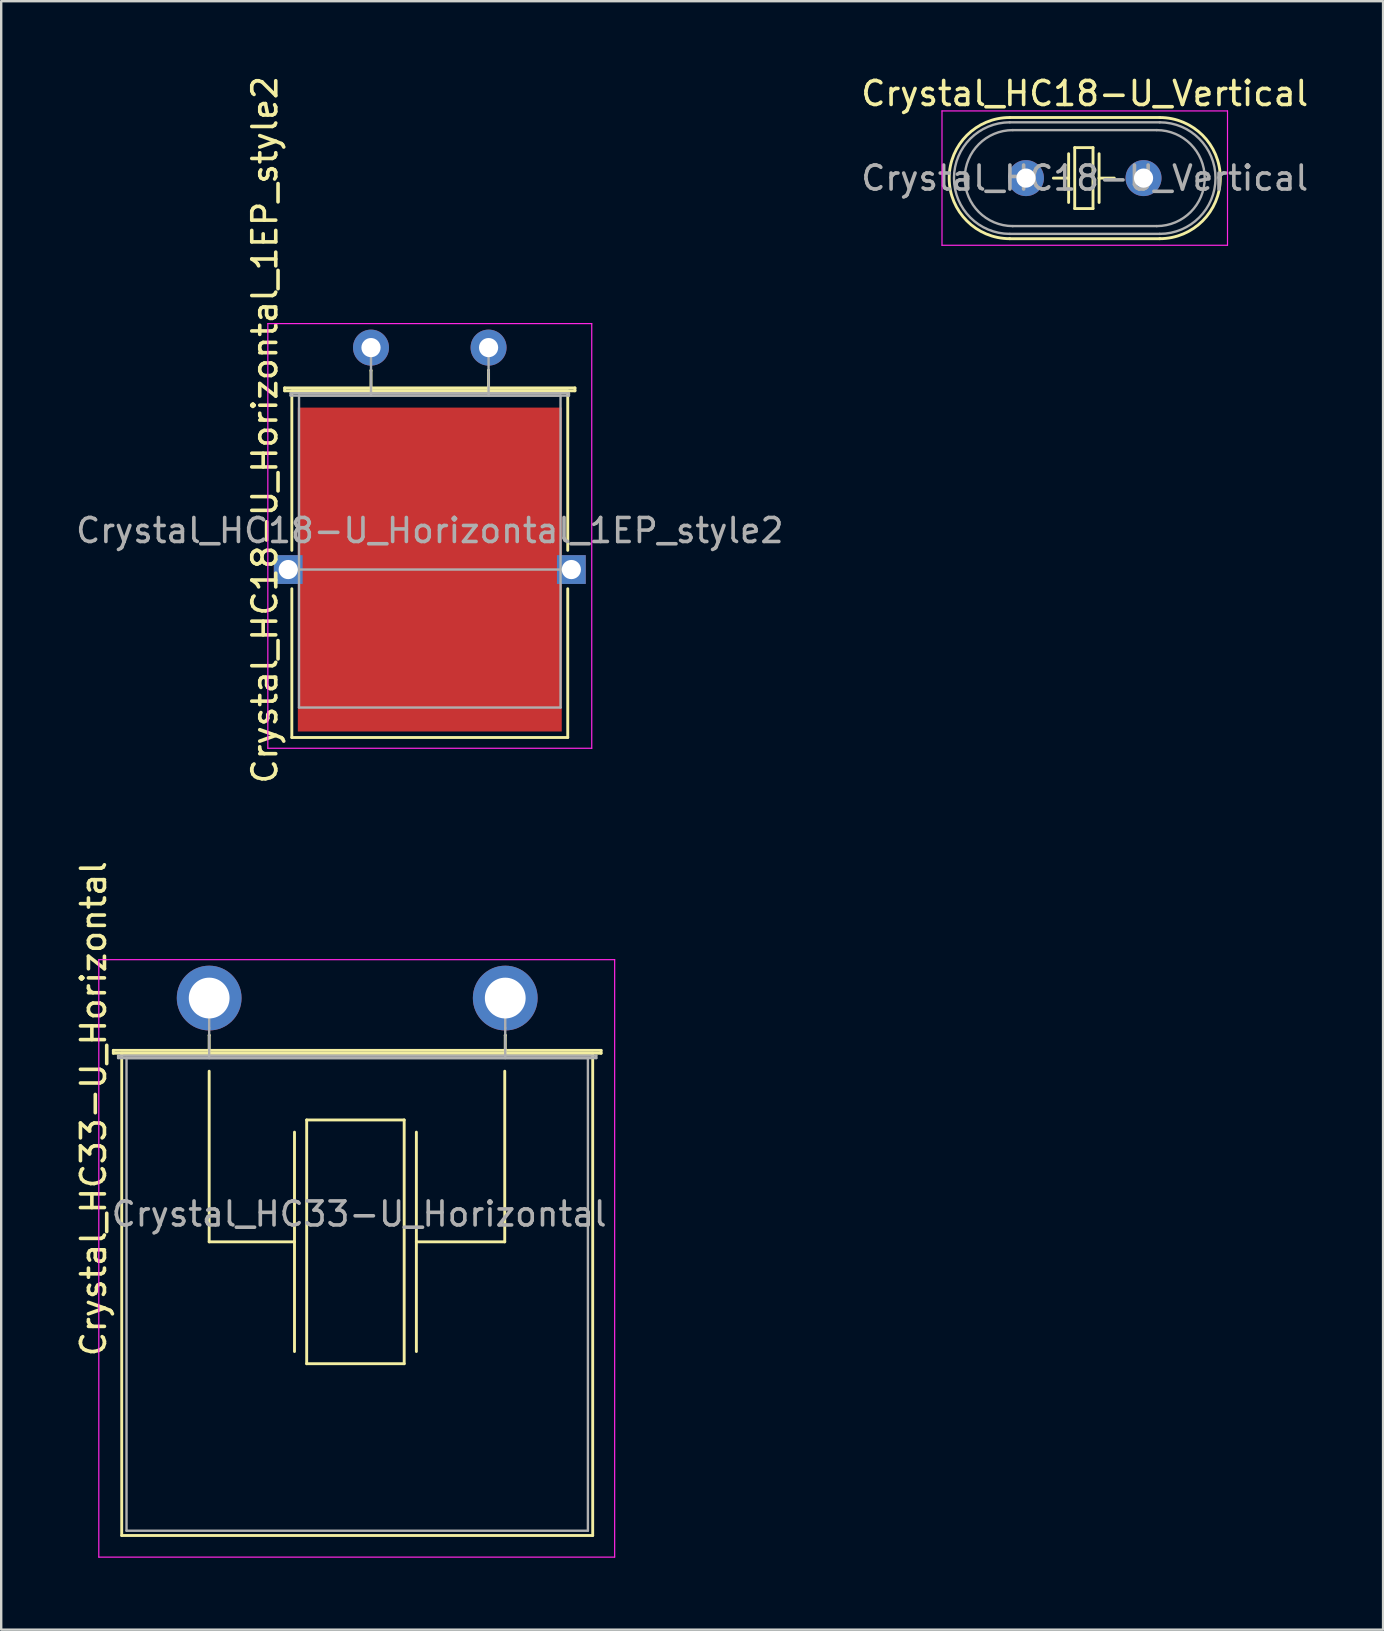
<source format=kicad_pcb>
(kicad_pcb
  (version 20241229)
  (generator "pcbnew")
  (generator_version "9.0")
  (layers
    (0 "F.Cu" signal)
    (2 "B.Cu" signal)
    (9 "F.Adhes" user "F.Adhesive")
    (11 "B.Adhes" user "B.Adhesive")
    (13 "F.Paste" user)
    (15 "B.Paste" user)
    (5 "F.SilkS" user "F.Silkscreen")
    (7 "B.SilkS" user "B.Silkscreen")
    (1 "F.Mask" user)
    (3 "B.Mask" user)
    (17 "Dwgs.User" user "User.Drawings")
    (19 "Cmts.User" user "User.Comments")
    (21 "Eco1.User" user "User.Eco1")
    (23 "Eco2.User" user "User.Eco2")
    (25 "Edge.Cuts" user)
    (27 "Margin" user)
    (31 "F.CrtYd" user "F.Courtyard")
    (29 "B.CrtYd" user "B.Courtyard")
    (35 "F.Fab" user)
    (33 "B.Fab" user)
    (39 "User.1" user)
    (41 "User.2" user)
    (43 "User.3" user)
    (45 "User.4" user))
  (footprint "Crystal_HC18-U_Vertical"
    (layer "F.Cu")
    (at 39.711 4.373)
    (property "Reference" "Crystal_HC18-U_Vertical" (at 2.45 -3.525 0) (layer "F.SilkS") (effects (font (size 1 1) (thickness 0.15))))
    (attr through_hole)
    (fp_line (start -0.675 -2.525) (end 5.575 -2.525) (stroke (width 0.12) (type solid)) (layer "F.SilkS"))
    (fp_line (start -0.675 2.525) (end 5.575 2.525) (stroke (width 0.12) (type solid)) (layer "F.SilkS"))
    (fp_line (start 1.143 0) (end 1.778 0) (stroke (width 0.12) (type solid)) (layer "F.SilkS"))
    (fp_line (start 1.778 0) (end 1.778 -1.016) (stroke (width 0.12) (type solid)) (layer "F.SilkS"))
    (fp_line (start 1.778 0) (end 1.778 1.016) (stroke (width 0.12) (type solid)) (layer "F.SilkS"))
    (fp_line (start 2.032 -1.27) (end 2.032 1.27) (stroke (width 0.12) (type solid)) (layer "F.SilkS"))
    (fp_line (start 2.032 1.27) (end 2.794 1.27) (stroke (width 0.12) (type solid)) (layer "F.SilkS"))
    (fp_line (start 2.794 -1.27) (end 2.032 -1.27) (stroke (width 0.12) (type solid)) (layer "F.SilkS"))
    (fp_line (start 2.794 1.27) (end 2.794 -1.27) (stroke (width 0.12) (type solid)) (layer "F.SilkS"))
    (fp_line (start 3.048 0) (end 3.048 -1.016) (stroke (width 0.12) (type solid)) (layer "F.SilkS"))
    (fp_line (start 3.048 0) (end 3.048 1.016) (stroke (width 0.12) (type solid)) (layer "F.SilkS"))
    (fp_line (start 3.683 0) (end 3.048 0) (stroke (width 0.12) (type solid)) (layer "F.SilkS"))
    (fp_arc (start -0.675 2.525) (mid -3.2 0) (end -0.675 -2.525) (stroke (width 0.12) (type solid)) (layer "F.SilkS"))
    (fp_arc (start 5.575 -2.525) (mid 8.1 0) (end 5.575 2.525) (stroke (width 0.12) (type solid)) (layer "F.SilkS"))
    (fp_line (start -3.5 -2.8) (end -3.5 2.8) (stroke (width 0.05) (type solid)) (layer "F.CrtYd"))
    (fp_line (start -3.5 2.8) (end 8.4 2.8) (stroke (width 0.05) (type solid)) (layer "F.CrtYd"))
    (fp_line (start 8.4 -2.8) (end -3.5 -2.8) (stroke (width 0.05) (type solid)) (layer "F.CrtYd"))
    (fp_line (start 8.4 2.8) (end 8.4 -2.8) (stroke (width 0.05) (type solid)) (layer "F.CrtYd"))
    (fp_line (start -0.675 -2.325) (end 5.575 -2.325) (stroke (width 0.1) (type solid)) (layer "F.Fab"))
    (fp_line (start -0.675 2.325) (end 5.575 2.325) (stroke (width 0.1) (type solid)) (layer "F.Fab"))
    (fp_line (start -0.55 -2) (end 5.45 -2) (stroke (width 0.1) (type solid)) (layer "F.Fab"))
    (fp_line (start -0.55 2) (end 5.45 2) (stroke (width 0.1) (type solid)) (layer "F.Fab"))
    (fp_arc (start -0.675 2.325) (mid -3 0) (end -0.675 -2.325) (stroke (width 0.1) (type solid)) (layer "F.Fab"))
    (fp_arc (start -0.55 2) (mid -2.55 0) (end -0.55 -2) (stroke (width 0.1) (type solid)) (layer "F.Fab"))
    (fp_arc (start 5.45 -2) (mid 7.45 0) (end 5.45 2) (stroke (width 0.1) (type solid)) (layer "F.Fab"))
    (fp_arc (start 5.575 -2.325) (mid 7.9 0) (end 5.575 2.325) (stroke (width 0.1) (type solid)) (layer "F.Fab"))
    (fp_text user "${REFERENCE}" (at 2.45 0 0) (layer "F.Fab") (effects (font (size 1 1) (thickness 0.15))))
    (pad "1" thru_hole circle (at 0 0) (size 1.5 1.5) (drill 0.8) (layers "*.Cu" "*.Mask"))
    (pad "2" thru_hole circle (at 4.9 0) (size 1.5 1.5) (drill 0.8) (layers "*.Cu" "*.Mask")))
  (footprint "Crystal_HC33-U_Horizontal"
    (layer "F.Cu")
    (at 5.668 38.548)
    (property "Reference" "Crystal_HC33-U_Horizontal" (at -4.82 4.612 90) (layer "F.SilkS") (effects (font (size 1 1) (thickness 0.15))))
    (attr through_hole)
    (fp_line (start -3.995 2.18) (end 16.335 2.18) (stroke (width 0.12) (type solid)) (layer "F.SilkS"))
    (fp_line (start -3.995 2.3) (end -3.995 2.18) (stroke (width 0.12) (type solid)) (layer "F.SilkS"))
    (fp_line (start -3.645 2.3) (end -3.645 22.4) (stroke (width 0.12) (type solid)) (layer "F.SilkS"))
    (fp_line (start -3.645 22.4) (end 15.985 22.4) (stroke (width 0.12) (type solid)) (layer "F.SilkS"))
    (fp_line (start 0 1.55) (end 0 1.55) (stroke (width 0.12) (type solid)) (layer "F.SilkS"))
    (fp_line (start 0 2.3) (end 0 1.55) (stroke (width 0.12) (type solid)) (layer "F.SilkS"))
    (fp_line (start 0 3.048) (end 0 10.16) (stroke (width 0.12) (type solid)) (layer "F.SilkS"))
    (fp_line (start 0 10.16) (end 3.556 10.16) (stroke (width 0.12) (type solid)) (layer "F.SilkS"))
    (fp_line (start 3.556 10.16) (end 3.556 5.588) (stroke (width 0.12) (type solid)) (layer "F.SilkS"))
    (fp_line (start 3.556 14.732) (end 3.556 10.16) (stroke (width 0.12) (type solid)) (layer "F.SilkS"))
    (fp_line (start 4.064 5.08) (end 4.064 15.24) (stroke (width 0.12) (type solid)) (layer "F.SilkS"))
    (fp_line (start 4.064 15.24) (end 8.128 15.24) (stroke (width 0.12) (type solid)) (layer "F.SilkS"))
    (fp_line (start 8.128 5.08) (end 4.064 5.08) (stroke (width 0.12) (type solid)) (layer "F.SilkS"))
    (fp_line (start 8.128 15.24) (end 8.128 5.08) (stroke (width 0.12) (type solid)) (layer "F.SilkS"))
    (fp_line (start 8.636 10.16) (end 8.636 5.588) (stroke (width 0.12) (type solid)) (layer "F.SilkS"))
    (fp_line (start 8.636 10.16) (end 12.319 10.16) (stroke (width 0.12) (type solid)) (layer "F.SilkS"))
    (fp_line (start 8.636 14.732) (end 8.636 10.16) (stroke (width 0.12) (type solid)) (layer "F.SilkS"))
    (fp_line (start 12.319 3.048) (end 12.319 10.16) (stroke (width 0.12) (type solid)) (layer "F.SilkS"))
    (fp_line (start 12.34 1.55) (end 12.34 1.55) (stroke (width 0.12) (type solid)) (layer "F.SilkS"))
    (fp_line (start 12.34 2.3) (end 12.34 1.55) (stroke (width 0.12) (type solid)) (layer "F.SilkS"))
    (fp_line (start 15.985 2.3) (end -3.645 2.3) (stroke (width 0.12) (type solid)) (layer "F.SilkS"))
    (fp_line (start 15.985 22.4) (end 15.985 2.3) (stroke (width 0.12) (type solid)) (layer "F.SilkS"))
    (fp_line (start 16.335 2.18) (end 16.335 2.3) (stroke (width 0.12) (type solid)) (layer "F.SilkS"))
    (fp_line (start 16.335 2.3) (end -3.995 2.3) (stroke (width 0.12) (type solid)) (layer "F.SilkS"))
    (fp_line (start -4.6 -1.6) (end -4.6 23.3) (stroke (width 0.05) (type solid)) (layer "F.CrtYd"))
    (fp_line (start -4.6 23.3) (end 16.9 23.3) (stroke (width 0.05) (type solid)) (layer "F.CrtYd"))
    (fp_line (start 16.9 -1.6) (end -4.6 -1.6) (stroke (width 0.05) (type solid)) (layer "F.CrtYd"))
    (fp_line (start 16.9 23.3) (end 16.9 -1.6) (stroke (width 0.05) (type solid)) (layer "F.CrtYd"))
    (fp_line (start -3.795 2.4) (end 16.135 2.4) (stroke (width 0.1) (type solid)) (layer "F.Fab"))
    (fp_line (start -3.795 2.5) (end -3.795 2.4) (stroke (width 0.1) (type solid)) (layer "F.Fab"))
    (fp_line (start -3.445 2.5) (end -3.445 22.2) (stroke (width 0.1) (type solid)) (layer "F.Fab"))
    (fp_line (start -3.445 22.2) (end 15.785 22.2) (stroke (width 0.1) (type solid)) (layer "F.Fab"))
    (fp_line (start 0 1.25) (end 0 0) (stroke (width 0.1) (type solid)) (layer "F.Fab"))
    (fp_line (start 0 2.5) (end 0 1.25) (stroke (width 0.1) (type solid)) (layer "F.Fab"))
    (fp_line (start 12.34 1.25) (end 12.34 0) (stroke (width 0.1) (type solid)) (layer "F.Fab"))
    (fp_line (start 12.34 2.5) (end 12.34 1.25) (stroke (width 0.1) (type solid)) (layer "F.Fab"))
    (fp_line (start 15.785 2.5) (end -3.445 2.5) (stroke (width 0.1) (type solid)) (layer "F.Fab"))
    (fp_line (start 15.785 22.2) (end 15.785 2.5) (stroke (width 0.1) (type solid)) (layer "F.Fab"))
    (fp_line (start 16.135 2.4) (end 16.135 2.5) (stroke (width 0.1) (type solid)) (layer "F.Fab"))
    (fp_line (start 16.135 2.5) (end -3.795 2.5) (stroke (width 0.1) (type solid)) (layer "F.Fab"))
    (fp_text user "${REFERENCE}" (at 6.25 9 0) (layer "F.Fab") (effects (font (size 1 1) (thickness 0.15))))
    (pad "1" thru_hole circle (at 0 0) (size 2.7 2.7) (drill 1.7) (layers "*.Cu" "*.Mask"))
    (pad "2" thru_hole circle (at 12.34 0) (size 2.7 2.7) (drill 1.7) (layers "*.Cu" "*.Mask")))
  (footprint "Crystal_HC18-U_Horizontal_1EP_style2"
    (layer "F.Cu")
    (at 12.413 11.438)
    (property "Reference" "Crystal_HC18-U_Horizontal_1EP_style2" (at -4.425 3.425 90) (layer "F.SilkS") (effects (font (size 1 1) (thickness 0.15))))
    (attr through_hole)
    (fp_line (start -3.6 1.68) (end 8.5 1.68) (stroke (width 0.12) (type solid)) (layer "F.SilkS"))
    (fp_line (start -3.6 1.8) (end -3.6 1.68) (stroke (width 0.12) (type solid)) (layer "F.SilkS"))
    (fp_line (start -3.3 8.45) (end -3.3 1.8) (stroke (width 0.12) (type solid)) (layer "F.SilkS"))
    (fp_line (start -3.3 16.25) (end -3.3 10.05) (stroke (width 0.12) (type solid)) (layer "F.SilkS"))
    (fp_line (start -3.25 1.8) (end 8.15 1.8) (stroke (width 0.12) (type solid)) (layer "F.SilkS"))
    (fp_line (start 0 0.95) (end 0 0.95) (stroke (width 0.12) (type solid)) (layer "F.SilkS"))
    (fp_line (start 0 1.8) (end 0 0.95) (stroke (width 0.12) (type solid)) (layer "F.SilkS"))
    (fp_line (start 4.9 0.95) (end 4.9 0.95) (stroke (width 0.12) (type solid)) (layer "F.SilkS"))
    (fp_line (start 4.9 1.8) (end 4.9 0.95) (stroke (width 0.12) (type solid)) (layer "F.SilkS"))
    (fp_line (start 8.2 1.8) (end 8.2 8.45) (stroke (width 0.12) (type solid)) (layer "F.SilkS"))
    (fp_line (start 8.2 10.05) (end 8.2 16.25) (stroke (width 0.12) (type solid)) (layer "F.SilkS"))
    (fp_line (start 8.2 16.25) (end -3.3 16.25) (stroke (width 0.12) (type solid)) (layer "F.SilkS"))
    (fp_line (start 8.5 1.68) (end 8.5 1.8) (stroke (width 0.12) (type solid)) (layer "F.SilkS"))
    (fp_line (start 8.5 1.8) (end -3.6 1.8) (stroke (width 0.12) (type solid)) (layer "F.SilkS"))
    (fp_line (start -4.3 -1) (end -4.3 16.7) (stroke (width 0.05) (type solid)) (layer "F.CrtYd"))
    (fp_line (start -4.3 16.7) (end 9.2 16.7) (stroke (width 0.05) (type solid)) (layer "F.CrtYd"))
    (fp_line (start 9.2 -1) (end -4.3 -1) (stroke (width 0.05) (type solid)) (layer "F.CrtYd"))
    (fp_line (start 9.2 16.7) (end 9.2 -1) (stroke (width 0.05) (type solid)) (layer "F.CrtYd"))
    (fp_line (start -3.45 9.25) (end 8.35 9.25) (stroke (width 0.1) (type solid)) (layer "F.Fab"))
    (fp_line (start -3.35 1.9) (end 8.25 1.9) (stroke (width 0.1) (type solid)) (layer "F.Fab"))
    (fp_line (start -3.35 2) (end -3.35 1.9) (stroke (width 0.1) (type solid)) (layer "F.Fab"))
    (fp_line (start -3 2) (end -3 15) (stroke (width 0.1) (type solid)) (layer "F.Fab"))
    (fp_line (start -3 15) (end 7.9 15) (stroke (width 0.1) (type solid)) (layer "F.Fab"))
    (fp_line (start 0 1) (end 0 0) (stroke (width 0.1) (type solid)) (layer "F.Fab"))
    (fp_line (start 0 2) (end 0 1) (stroke (width 0.1) (type solid)) (layer "F.Fab"))
    (fp_line (start 4.9 1) (end 4.9 0) (stroke (width 0.1) (type solid)) (layer "F.Fab"))
    (fp_line (start 4.9 2) (end 4.9 1) (stroke (width 0.1) (type solid)) (layer "F.Fab"))
    (fp_line (start 7.9 2) (end -3 2) (stroke (width 0.1) (type solid)) (layer "F.Fab"))
    (fp_line (start 7.9 15) (end 7.9 2) (stroke (width 0.1) (type solid)) (layer "F.Fab"))
    (fp_line (start 8.25 1.9) (end 8.25 2) (stroke (width 0.1) (type solid)) (layer "F.Fab"))
    (fp_line (start 8.25 2) (end -3.35 2) (stroke (width 0.1) (type solid)) (layer "F.Fab"))
    (fp_text user "${REFERENCE}" (at 2.45 7.625 0) (layer "F.Fab") (effects (font (size 1 1) (thickness 0.15))))
    (pad "1" thru_hole circle (at 0 0) (size 1.5 1.5) (drill 0.8) (layers "*.Cu" "*.Mask"))
    (pad "2" thru_hole circle (at 4.9 0) (size 1.5 1.5) (drill 0.8) (layers "*.Cu" "*.Mask"))
    (pad "3" thru_hole rect (at -3.45 9.25) (size 1.2 1.2) (drill 0.8) (layers "*.Cu" "*.Mask"))
    (pad "3" smd rect (at 2.45 9.25) (size 11 13.5) (layers "F.Cu" "F.Mask" "F.Paste"))
    (pad "3" thru_hole rect (at 8.35 9.25) (size 1.2 1.2) (drill 0.8) (layers "*.Cu" "*.Mask")))
  (gr_rect
    (start -3 -3)
    (end 54.595 64.873)
    (stroke (width 0.1) (type default))
    (fill no)
    (layer "Edge.Cuts")))
</source>
